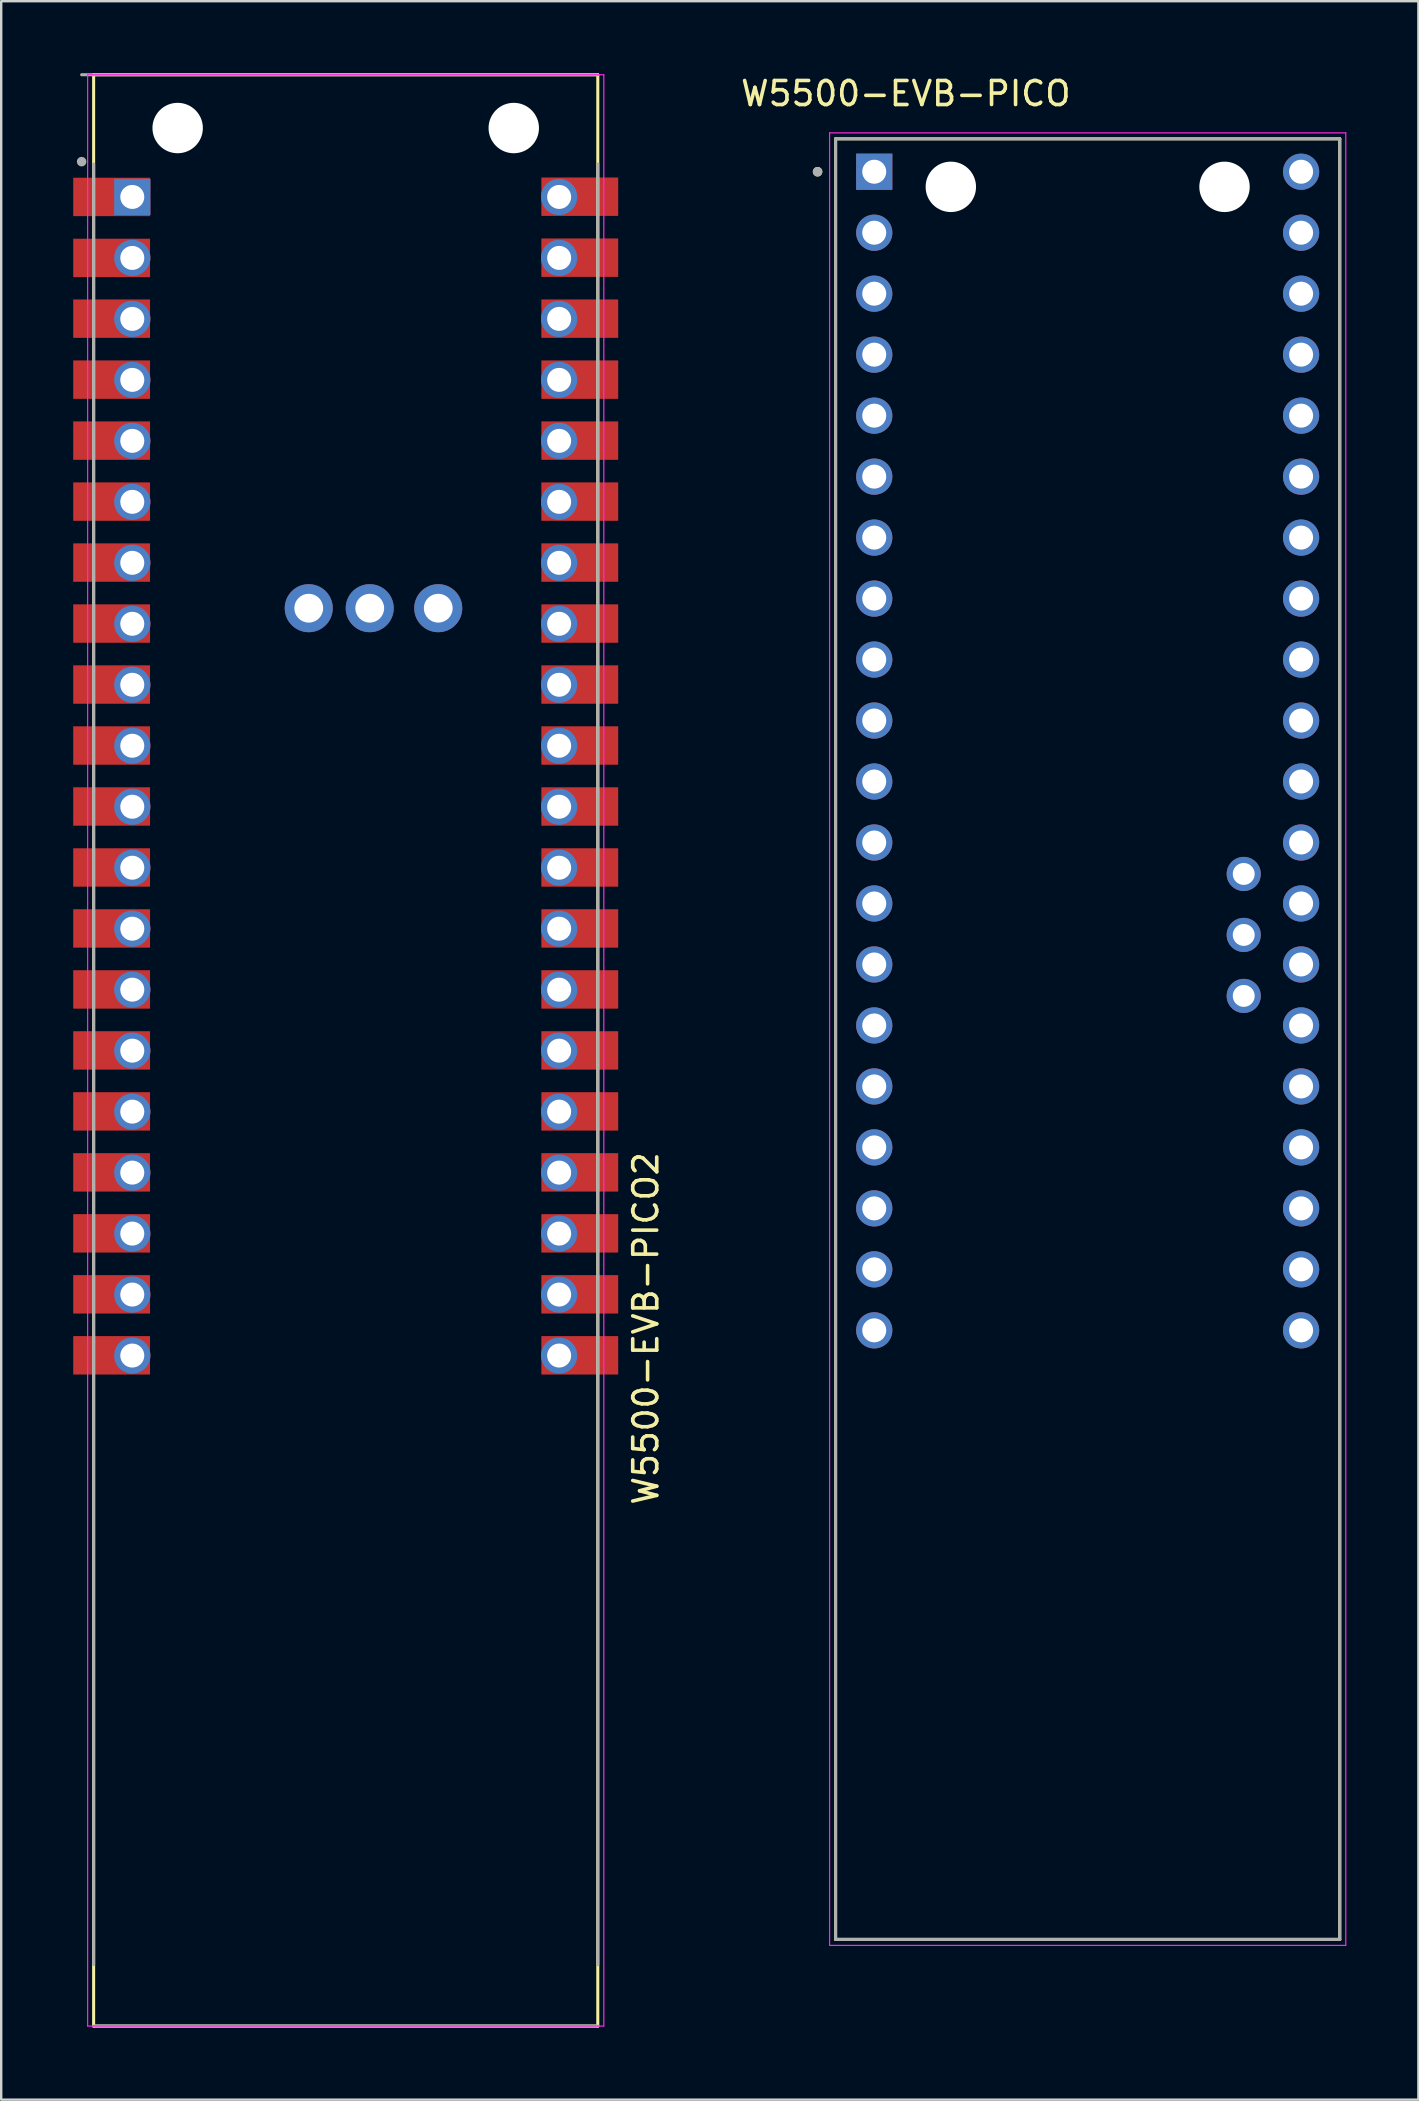
<source format=kicad_pcb>
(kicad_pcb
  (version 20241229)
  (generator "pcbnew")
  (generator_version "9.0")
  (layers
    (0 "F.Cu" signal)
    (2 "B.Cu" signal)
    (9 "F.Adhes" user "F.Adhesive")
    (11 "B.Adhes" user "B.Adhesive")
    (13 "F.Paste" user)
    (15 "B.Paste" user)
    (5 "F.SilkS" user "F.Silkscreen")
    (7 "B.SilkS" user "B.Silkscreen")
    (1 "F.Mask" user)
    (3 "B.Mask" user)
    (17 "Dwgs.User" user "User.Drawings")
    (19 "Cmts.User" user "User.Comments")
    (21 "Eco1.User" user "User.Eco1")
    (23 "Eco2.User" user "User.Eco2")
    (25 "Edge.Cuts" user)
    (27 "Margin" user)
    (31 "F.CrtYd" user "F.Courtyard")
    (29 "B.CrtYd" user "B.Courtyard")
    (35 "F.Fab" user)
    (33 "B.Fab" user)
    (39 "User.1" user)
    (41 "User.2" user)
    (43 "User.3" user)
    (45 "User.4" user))
  (footprint "W5500-EVB-PICO2"
    (layer "F.Cu")
    (at 11.35 41.283)
    (property "Reference" "W5500-EVB-PICO2" (at 12.5 11 90) (layer "F.SilkS") (effects (font (size 1 1) (thickness 0.15))))
    (attr through_hole)
    (fp_line (start -10.5 -41.22) (end 10.5 -41.22) (stroke (width 0.127) (type solid)) (layer "F.SilkS"))
    (fp_line (start -10.5 40.06) (end -10.5 -41.22) (stroke (width 0.127) (type solid)) (layer "F.SilkS"))
    (fp_line (start 10.5 -41.22) (end 10.5 40.06) (stroke (width 0.127) (type solid)) (layer "F.SilkS"))
    (fp_line (start 10.5 40.06) (end -10.5 40.06) (stroke (width 0.127) (type solid)) (layer "F.SilkS"))
    (fp_line (start -10.75 -41.22) (end -10.75 40.06) (stroke (width 0.05) (type solid)) (layer "F.CrtYd"))
    (fp_line (start -10.75 40.06) (end 10.75 40.06) (stroke (width 0.05) (type solid)) (layer "F.CrtYd"))
    (fp_line (start 10.75 -41.22) (end -10.75 -41.22) (stroke (width 0.05) (type solid)) (layer "F.CrtYd"))
    (fp_line (start 10.75 40.06) (end 10.75 -41.22) (stroke (width 0.05) (type solid)) (layer "F.CrtYd"))
    (fp_line (start -11 -41.22) (end 10.5 -41.22) (stroke (width 0.127) (type solid)) (layer "F.Fab"))
    (fp_line (start -10.5 37.5) (end -10.5 -37.5) (stroke (width 0.127) (type solid)) (layer "F.Fab"))
    (fp_line (start 10.5 -37.5) (end 10.5 37.5) (stroke (width 0.127) (type solid)) (layer "F.Fab"))
    (fp_line (start 10.5 40.06) (end -10.5 40.06) (stroke (width 0.127) (type solid)) (layer "F.Fab"))
    (fp_circle (center -11 -37.6) (end -10.9 -37.6) (stroke (width 0.2) (type solid)) (fill no) (layer "F.Fab"))
    (pad "" np_thru_hole circle (at -7 -39) (size 2.1 2.1) (drill 2.1) (layers "*.Cu" "*.Mask"))
    (pad "" np_thru_hole circle (at 7 -39) (size 2.1 2.1) (drill 2.1) (layers "*.Cu" "*.Mask"))
    (pad "1" smd rect (at -9.75 -36.13) (size 3.2 1.6) (layers "F.Cu" "F.Mask" "F.Paste"))
    (pad "1" thru_hole rect (at -8.89 -36.13) (size 1.508 1.508) (drill 1) (layers "*.Cu" "*.Mask"))
    (pad "2" smd rect (at -9.75 -33.59) (size 3.2 1.6) (layers "F.Cu" "F.Mask" "F.Paste"))
    (pad "2" thru_hole circle (at -8.89 -33.59) (size 1.508 1.508) (drill 1) (layers "*.Cu" "*.Mask"))
    (pad "3" smd rect (at -9.75 -31.06) (size 3.2 1.6) (layers "F.Cu" "F.Mask" "F.Paste"))
    (pad "3" thru_hole circle (at -8.89 -31.05) (size 1.508 1.508) (drill 1) (layers "*.Cu" "*.Mask"))
    (pad "4" smd rect (at -9.75 -28.52) (size 3.2 1.6) (layers "F.Cu" "F.Mask" "F.Paste"))
    (pad "4" thru_hole circle (at -8.89 -28.51) (size 1.508 1.508) (drill 1) (layers "*.Cu" "*.Mask"))
    (pad "5" smd rect (at -9.75 -25.98) (size 3.2 1.6) (layers "F.Cu" "F.Mask" "F.Paste"))
    (pad "5" thru_hole circle (at -8.89 -25.97) (size 1.508 1.508) (drill 1) (layers "*.Cu" "*.Mask"))
    (pad "6" smd rect (at -9.75 -23.44) (size 3.2 1.6) (layers "F.Cu" "F.Mask" "F.Paste"))
    (pad "6" thru_hole circle (at -8.89 -23.43) (size 1.508 1.508) (drill 1) (layers "*.Cu" "*.Mask"))
    (pad "7" smd rect (at -9.75 -20.9) (size 3.2 1.6) (layers "F.Cu" "F.Mask" "F.Paste"))
    (pad "7" thru_hole circle (at -8.89 -20.89) (size 1.508 1.508) (drill 1) (layers "*.Cu" "*.Mask"))
    (pad "8" smd rect (at -9.75 -18.36) (size 3.2 1.6) (layers "F.Cu" "F.Mask" "F.Paste"))
    (pad "8" thru_hole circle (at -8.89 -18.35) (size 1.508 1.508) (drill 1) (layers "*.Cu" "*.Mask"))
    (pad "9" smd rect (at -9.75 -15.82) (size 3.2 1.6) (layers "F.Cu" "F.Mask" "F.Paste"))
    (pad "9" thru_hole circle (at -8.89 -15.81) (size 1.508 1.508) (drill 1) (layers "*.Cu" "*.Mask"))
    (pad "10" smd rect (at -9.75 -13.28) (size 3.2 1.6) (layers "F.Cu" "F.Mask" "F.Paste"))
    (pad "10" thru_hole circle (at -8.89 -13.27) (size 1.508 1.508) (drill 1) (layers "*.Cu" "*.Mask"))
    (pad "11" smd rect (at -9.75 -10.74) (size 3.2 1.6) (layers "F.Cu" "F.Mask" "F.Paste"))
    (pad "11" thru_hole circle (at -8.89 -10.73) (size 1.508 1.508) (drill 1) (layers "*.Cu" "*.Mask"))
    (pad "12" smd rect (at -9.75 -8.2) (size 3.2 1.6) (layers "F.Cu" "F.Mask" "F.Paste"))
    (pad "12" thru_hole circle (at -8.89 -8.19) (size 1.508 1.508) (drill 1) (layers "*.Cu" "*.Mask"))
    (pad "13" smd rect (at -9.75 -5.66) (size 3.2 1.6) (layers "F.Cu" "F.Mask" "F.Paste"))
    (pad "13" thru_hole circle (at -8.89 -5.65) (size 1.508 1.508) (drill 1) (layers "*.Cu" "*.Mask"))
    (pad "14" smd rect (at -9.75 -3.12) (size 3.2 1.6) (layers "F.Cu" "F.Mask" "F.Paste"))
    (pad "14" thru_hole circle (at -8.89 -3.11) (size 1.508 1.508) (drill 1) (layers "*.Cu" "*.Mask"))
    (pad "15" smd rect (at -9.75 -0.58) (size 3.2 1.6) (layers "F.Cu" "F.Mask" "F.Paste"))
    (pad "15" thru_hole circle (at -8.89 -0.57) (size 1.508 1.508) (drill 1) (layers "*.Cu" "*.Mask"))
    (pad "16" smd rect (at -9.75 1.96) (size 3.2 1.6) (layers "F.Cu" "F.Mask" "F.Paste"))
    (pad "16" thru_hole circle (at -8.89 1.97) (size 1.508 1.508) (drill 1) (layers "*.Cu" "*.Mask"))
    (pad "17" smd rect (at -9.75 4.5) (size 3.2 1.6) (layers "F.Cu" "F.Mask" "F.Paste"))
    (pad "17" thru_hole circle (at -8.89 4.51) (size 1.508 1.508) (drill 1) (layers "*.Cu" "*.Mask"))
    (pad "18" smd rect (at -9.75 7.04) (size 3.2 1.6) (layers "F.Cu" "F.Mask" "F.Paste"))
    (pad "18" thru_hole circle (at -8.89 7.05) (size 1.508 1.508) (drill 1) (layers "*.Cu" "*.Mask"))
    (pad "19" smd rect (at -9.75 9.58) (size 3.2 1.6) (layers "F.Cu" "F.Mask" "F.Paste"))
    (pad "19" thru_hole circle (at -8.89 9.59) (size 1.508 1.508) (drill 1) (layers "*.Cu" "*.Mask"))
    (pad "20" smd rect (at -9.75 12.12) (size 3.2 1.6) (layers "F.Cu" "F.Mask" "F.Paste"))
    (pad "20" thru_hole circle (at -8.89 12.13) (size 1.508 1.508) (drill 1) (layers "*.Cu" "*.Mask"))
    (pad "21" thru_hole circle (at 8.89 12.13) (size 1.508 1.508) (drill 1) (layers "*.Cu" "*.Mask"))
    (pad "21" smd rect (at 9.75 12.12) (size 3.2 1.6) (layers "F.Cu" "F.Mask" "F.Paste"))
    (pad "22" thru_hole circle (at 8.89 9.59) (size 1.508 1.508) (drill 1) (layers "*.Cu" "*.Mask"))
    (pad "22" smd rect (at 9.75 9.58) (size 3.2 1.6) (layers "F.Cu" "F.Mask" "F.Paste"))
    (pad "23" thru_hole circle (at 8.89 7.05) (size 1.508 1.508) (drill 1) (layers "*.Cu" "*.Mask"))
    (pad "23" smd rect (at 9.75 7.04) (size 3.2 1.6) (layers "F.Cu" "F.Mask" "F.Paste"))
    (pad "24" thru_hole circle (at 8.89 4.51) (size 1.508 1.508) (drill 1) (layers "*.Cu" "*.Mask"))
    (pad "24" smd rect (at 9.75 4.5) (size 3.2 1.6) (layers "F.Cu" "F.Mask" "F.Paste"))
    (pad "25" thru_hole circle (at 8.89 1.97) (size 1.508 1.508) (drill 1) (layers "*.Cu" "*.Mask"))
    (pad "25" smd rect (at 9.75 1.96) (size 3.2 1.6) (layers "F.Cu" "F.Mask" "F.Paste"))
    (pad "26" thru_hole circle (at 8.89 -0.57) (size 1.508 1.508) (drill 1) (layers "*.Cu" "*.Mask"))
    (pad "26" smd rect (at 9.75 -0.58) (size 3.2 1.6) (layers "F.Cu" "F.Mask" "F.Paste"))
    (pad "27" thru_hole circle (at 8.89 -3.11) (size 1.508 1.508) (drill 1) (layers "*.Cu" "*.Mask"))
    (pad "27" smd rect (at 9.75 -3.12) (size 3.2 1.6) (layers "F.Cu" "F.Mask" "F.Paste"))
    (pad "28" thru_hole circle (at 8.89 -5.65) (size 1.508 1.508) (drill 1) (layers "*.Cu" "*.Mask"))
    (pad "28" smd rect (at 9.75 -5.66) (size 3.2 1.6) (layers "F.Cu" "F.Mask" "F.Paste"))
    (pad "29" thru_hole circle (at 8.89 -8.19) (size 1.508 1.508) (drill 1) (layers "*.Cu" "*.Mask"))
    (pad "29" smd rect (at 9.75 -8.2) (size 3.2 1.6) (layers "F.Cu" "F.Mask" "F.Paste"))
    (pad "30" thru_hole circle (at 8.89 -10.73) (size 1.508 1.508) (drill 1) (layers "*.Cu" "*.Mask"))
    (pad "30" smd rect (at 9.75 -10.74) (size 3.2 1.6) (layers "F.Cu" "F.Mask" "F.Paste"))
    (pad "31" thru_hole circle (at 8.89 -13.27) (size 1.508 1.508) (drill 1) (layers "*.Cu" "*.Mask"))
    (pad "31" smd rect (at 9.75 -13.28) (size 3.2 1.6) (layers "F.Cu" "F.Mask" "F.Paste"))
    (pad "32" thru_hole circle (at 8.89 -15.81) (size 1.508 1.508) (drill 1) (layers "*.Cu" "*.Mask"))
    (pad "32" smd rect (at 9.75 -15.82) (size 3.2 1.6) (layers "F.Cu" "F.Mask" "F.Paste"))
    (pad "33" thru_hole circle (at 8.89 -18.35) (size 1.508 1.508) (drill 1) (layers "*.Cu" "*.Mask"))
    (pad "33" smd rect (at 9.75 -18.36) (size 3.2 1.6) (layers "F.Cu" "F.Mask" "F.Paste"))
    (pad "34" thru_hole circle (at 8.89 -20.89) (size 1.508 1.508) (drill 1) (layers "*.Cu" "*.Mask"))
    (pad "34" smd rect (at 9.75 -20.9) (size 3.2 1.6) (layers "F.Cu" "F.Mask" "F.Paste"))
    (pad "35" thru_hole circle (at 8.89 -23.43) (size 1.508 1.508) (drill 1) (layers "*.Cu" "*.Mask"))
    (pad "35" smd rect (at 9.75 -23.44) (size 3.2 1.6) (layers "F.Cu" "F.Mask" "F.Paste"))
    (pad "36" thru_hole circle (at 8.89 -25.97) (size 1.508 1.508) (drill 1) (layers "*.Cu" "*.Mask"))
    (pad "36" smd rect (at 9.75 -25.98) (size 3.2 1.6) (layers "F.Cu" "F.Mask" "F.Paste"))
    (pad "37" thru_hole circle (at 8.89 -28.51) (size 1.508 1.508) (drill 1) (layers "*.Cu" "*.Mask"))
    (pad "37" smd rect (at 9.75 -28.52) (size 3.2 1.6) (layers "F.Cu" "F.Mask" "F.Paste"))
    (pad "38" thru_hole circle (at 8.89 -31.05) (size 1.508 1.508) (drill 1) (layers "*.Cu" "*.Mask"))
    (pad "38" smd rect (at 9.75 -31.06) (size 3.2 1.6) (layers "F.Cu" "F.Mask" "F.Paste"))
    (pad "39" thru_hole circle (at 8.89 -33.59) (size 1.508 1.508) (drill 1) (layers "*.Cu" "*.Mask"))
    (pad "39" smd rect (at 9.75 -33.6) (size 3.2 1.6) (layers "F.Cu" "F.Mask" "F.Paste"))
    (pad "40" thru_hole circle (at 8.89 -36.13) (size 1.508 1.508) (drill 1) (layers "*.Cu" "*.Mask"))
    (pad "40" smd rect (at 9.75 -36.14) (size 3.2 1.6) (layers "F.Cu" "F.Mask" "F.Paste"))
    (pad "41" thru_hole circle (at 3.854 -19 90) (size 2 2) (drill 1.2) (layers "*.Cu" "*.Mask"))
    (pad "42" thru_hole circle (at 1 -19 90) (size 2 2) (drill 1.2) (layers "*.Cu" "*.Mask"))
    (pad "43" thru_hole circle (at -1.54 -19 90) (size 2 2) (drill 1.2) (layers "*.Cu" "*.Mask")))
  (footprint "W5500-EVB-PICO"
    (layer "F.Cu")
    (at 42.255 40.233)
    (property "Reference" "W5500-EVB-PICO" (at -7.575 -39.385 0) (layer "F.SilkS") (effects (font (size 1 1) (thickness 0.15))))
    (attr through_hole)
    (fp_line (start -10.5 -37.5) (end 10.5 -37.5) (stroke (width 0.127) (type solid)) (layer "F.SilkS"))
    (fp_line (start -10.5 37.5) (end -10.5 -37.5) (stroke (width 0.127) (type solid)) (layer "F.SilkS"))
    (fp_line (start 10.5 -37.5) (end 10.5 37.5) (stroke (width 0.127) (type solid)) (layer "F.SilkS"))
    (fp_line (start 10.5 37.5) (end -10.5 37.5) (stroke (width 0.127) (type solid)) (layer "F.SilkS"))
    (fp_circle (center -11.25 -36.13) (end -11.15 -36.13) (stroke (width 0.2) (type solid)) (fill no) (layer "F.SilkS"))
    (fp_line (start -10.75 -37.75) (end -10.75 37.75) (stroke (width 0.05) (type solid)) (layer "F.CrtYd"))
    (fp_line (start -10.75 37.75) (end 10.75 37.75) (stroke (width 0.05) (type solid)) (layer "F.CrtYd"))
    (fp_line (start 10.75 -37.75) (end -10.75 -37.75) (stroke (width 0.05) (type solid)) (layer "F.CrtYd"))
    (fp_line (start 10.75 37.75) (end 10.75 -37.75) (stroke (width 0.05) (type solid)) (layer "F.CrtYd"))
    (fp_line (start -10.5 -37.5) (end 10.5 -37.5) (stroke (width 0.127) (type solid)) (layer "F.Fab"))
    (fp_line (start -10.5 37.5) (end -10.5 -37.5) (stroke (width 0.127) (type solid)) (layer "F.Fab"))
    (fp_line (start 10.5 -37.5) (end 10.5 37.5) (stroke (width 0.127) (type solid)) (layer "F.Fab"))
    (fp_line (start 10.5 37.5) (end -10.5 37.5) (stroke (width 0.127) (type solid)) (layer "F.Fab"))
    (fp_circle (center -11.25 -36.13) (end -11.15 -36.13) (stroke (width 0.2) (type solid)) (fill no) (layer "F.Fab"))
    (pad "" np_thru_hole circle (at -5.7 -35.5) (size 2.1 2.1) (drill 2.1) (layers "*.Cu" "*.Mask"))
    (pad "" np_thru_hole circle (at 5.7 -35.5) (size 2.1 2.1) (drill 2.1) (layers "*.Cu" "*.Mask"))
    (pad "1" thru_hole rect (at -8.89 -36.13) (size 1.508 1.508) (drill 1) (layers "*.Cu" "*.Mask"))
    (pad "2" thru_hole circle (at -8.89 -33.59) (size 1.508 1.508) (drill 1) (layers "*.Cu" "*.Mask"))
    (pad "3" thru_hole circle (at -8.89 -31.05) (size 1.508 1.508) (drill 1) (layers "*.Cu" "*.Mask"))
    (pad "4" thru_hole circle (at -8.89 -28.51) (size 1.508 1.508) (drill 1) (layers "*.Cu" "*.Mask"))
    (pad "5" thru_hole circle (at -8.89 -25.97) (size 1.508 1.508) (drill 1) (layers "*.Cu" "*.Mask"))
    (pad "6" thru_hole circle (at -8.89 -23.43) (size 1.508 1.508) (drill 1) (layers "*.Cu" "*.Mask"))
    (pad "7" thru_hole circle (at -8.89 -20.89) (size 1.508 1.508) (drill 1) (layers "*.Cu" "*.Mask"))
    (pad "8" thru_hole circle (at -8.89 -18.35) (size 1.508 1.508) (drill 1) (layers "*.Cu" "*.Mask"))
    (pad "9" thru_hole circle (at -8.89 -15.81) (size 1.508 1.508) (drill 1) (layers "*.Cu" "*.Mask"))
    (pad "10" thru_hole circle (at -8.89 -13.27) (size 1.508 1.508) (drill 1) (layers "*.Cu" "*.Mask"))
    (pad "11" thru_hole circle (at -8.89 -10.73) (size 1.508 1.508) (drill 1) (layers "*.Cu" "*.Mask"))
    (pad "12" thru_hole circle (at -8.89 -8.19) (size 1.508 1.508) (drill 1) (layers "*.Cu" "*.Mask"))
    (pad "13" thru_hole circle (at -8.89 -5.65) (size 1.508 1.508) (drill 1) (layers "*.Cu" "*.Mask"))
    (pad "14" thru_hole circle (at -8.89 -3.11) (size 1.508 1.508) (drill 1) (layers "*.Cu" "*.Mask"))
    (pad "15" thru_hole circle (at -8.89 -0.57) (size 1.508 1.508) (drill 1) (layers "*.Cu" "*.Mask"))
    (pad "16" thru_hole circle (at -8.89 1.97) (size 1.508 1.508) (drill 1) (layers "*.Cu" "*.Mask"))
    (pad "17" thru_hole circle (at -8.89 4.51) (size 1.508 1.508) (drill 1) (layers "*.Cu" "*.Mask"))
    (pad "18" thru_hole circle (at -8.89 7.05) (size 1.508 1.508) (drill 1) (layers "*.Cu" "*.Mask"))
    (pad "19" thru_hole circle (at -8.89 9.59) (size 1.508 1.508) (drill 1) (layers "*.Cu" "*.Mask"))
    (pad "20" thru_hole circle (at -8.89 12.13) (size 1.508 1.508) (drill 1) (layers "*.Cu" "*.Mask"))
    (pad "21" thru_hole circle (at 8.89 12.13) (size 1.508 1.508) (drill 1) (layers "*.Cu" "*.Mask"))
    (pad "22" thru_hole circle (at 8.89 9.59) (size 1.508 1.508) (drill 1) (layers "*.Cu" "*.Mask"))
    (pad "23" thru_hole circle (at 8.89 7.05) (size 1.508 1.508) (drill 1) (layers "*.Cu" "*.Mask"))
    (pad "24" thru_hole circle (at 8.89 4.51) (size 1.508 1.508) (drill 1) (layers "*.Cu" "*.Mask"))
    (pad "25" thru_hole circle (at 8.89 1.97) (size 1.508 1.508) (drill 1) (layers "*.Cu" "*.Mask"))
    (pad "26" thru_hole circle (at 8.89 -0.57) (size 1.508 1.508) (drill 1) (layers "*.Cu" "*.Mask"))
    (pad "27" thru_hole circle (at 8.89 -3.11) (size 1.508 1.508) (drill 1) (layers "*.Cu" "*.Mask"))
    (pad "28" thru_hole circle (at 8.89 -5.65) (size 1.508 1.508) (drill 1) (layers "*.Cu" "*.Mask"))
    (pad "29" thru_hole circle (at 8.89 -8.19) (size 1.508 1.508) (drill 1) (layers "*.Cu" "*.Mask"))
    (pad "30" thru_hole circle (at 8.89 -10.73) (size 1.508 1.508) (drill 1) (layers "*.Cu" "*.Mask"))
    (pad "31" thru_hole circle (at 8.89 -13.27) (size 1.508 1.508) (drill 1) (layers "*.Cu" "*.Mask"))
    (pad "32" thru_hole circle (at 8.89 -15.81) (size 1.508 1.508) (drill 1) (layers "*.Cu" "*.Mask"))
    (pad "33" thru_hole circle (at 8.89 -18.35) (size 1.508 1.508) (drill 1) (layers "*.Cu" "*.Mask"))
    (pad "34" thru_hole circle (at 8.89 -20.89) (size 1.508 1.508) (drill 1) (layers "*.Cu" "*.Mask"))
    (pad "35" thru_hole circle (at 8.89 -23.43) (size 1.508 1.508) (drill 1) (layers "*.Cu" "*.Mask"))
    (pad "36" thru_hole circle (at 8.89 -25.97) (size 1.508 1.508) (drill 1) (layers "*.Cu" "*.Mask"))
    (pad "37" thru_hole circle (at 8.89 -28.51) (size 1.508 1.508) (drill 1) (layers "*.Cu" "*.Mask"))
    (pad "38" thru_hole circle (at 8.89 -31.05) (size 1.508 1.508) (drill 1) (layers "*.Cu" "*.Mask"))
    (pad "39" thru_hole circle (at 8.89 -33.59) (size 1.508 1.508) (drill 1) (layers "*.Cu" "*.Mask"))
    (pad "40" thru_hole circle (at 8.89 -36.13) (size 1.508 1.508) (drill 1) (layers "*.Cu" "*.Mask"))
    (pad "41" thru_hole circle (at 6.5 -1.8) (size 1.422 1.422) (drill 0.914) (layers "*.Cu" "*.Mask"))
    (pad "42" thru_hole circle (at 6.5 -4.34) (size 1.422 1.422) (drill 0.914) (layers "*.Cu" "*.Mask"))
    (pad "43" thru_hole circle (at 6.5 -6.88) (size 1.422 1.422) (drill 0.914) (layers "*.Cu" "*.Mask")))
  (gr_rect
    (start -3 -3)
    (end 56.03 84.407)
    (stroke (width 0.1) (type default))
    (fill no)
    (layer "Edge.Cuts")))
</source>
